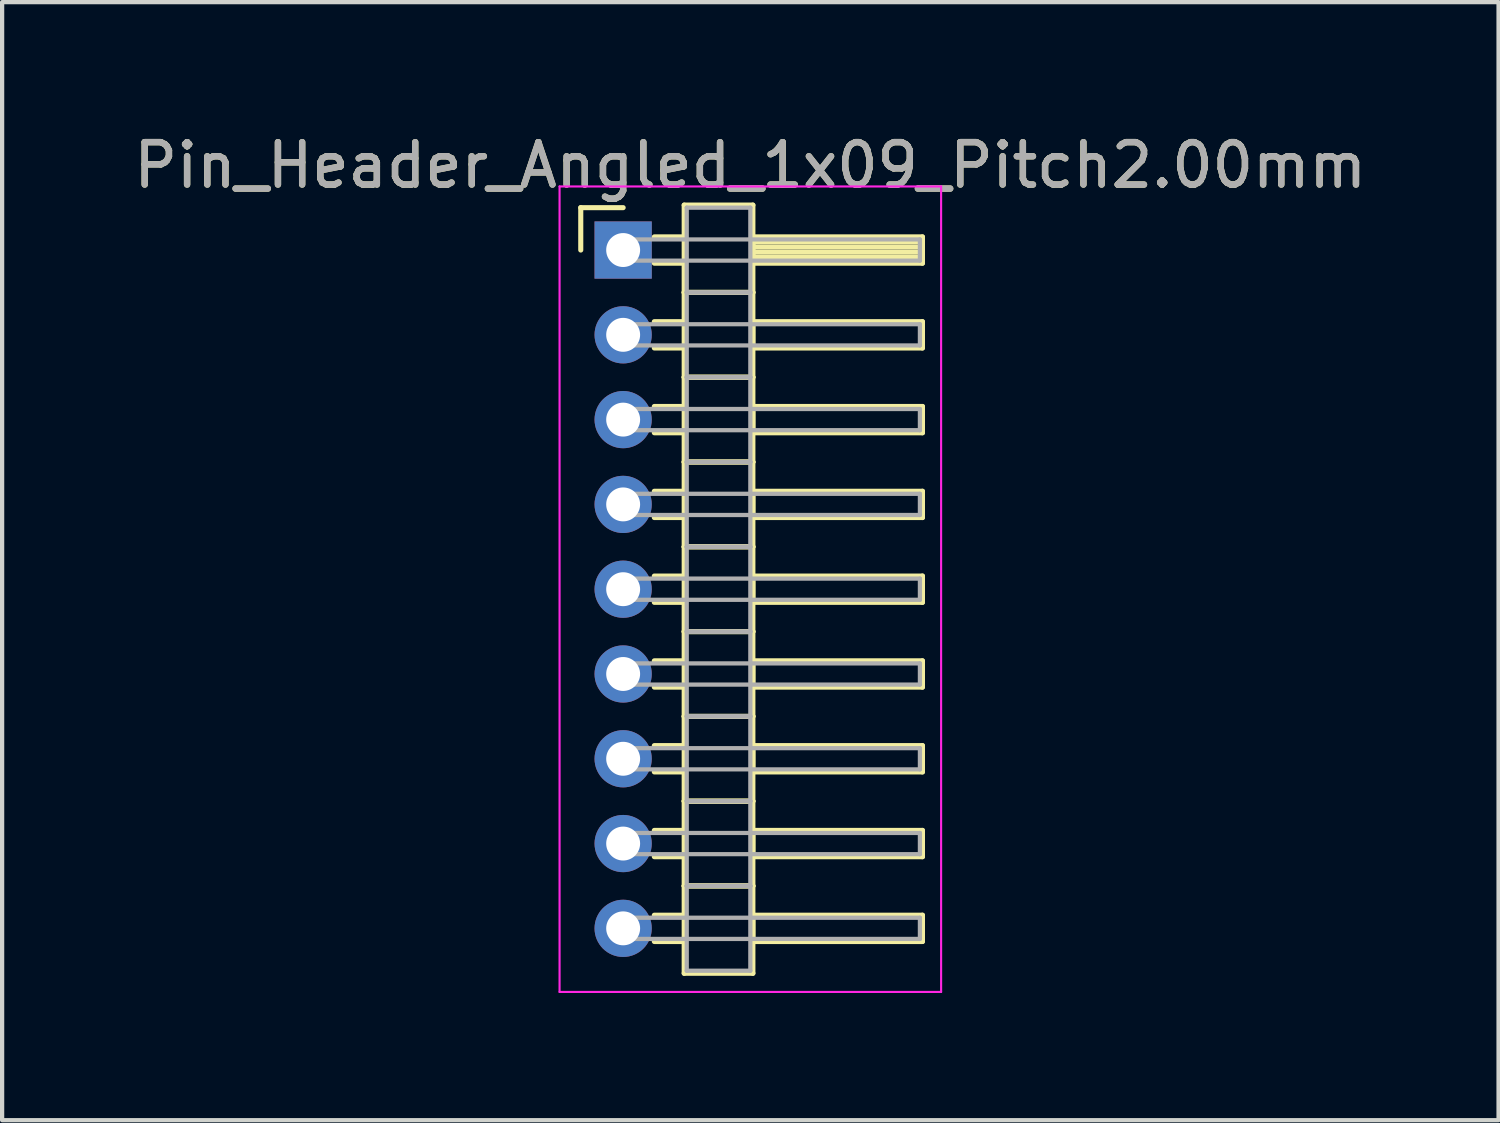
<source format=kicad_pcb>
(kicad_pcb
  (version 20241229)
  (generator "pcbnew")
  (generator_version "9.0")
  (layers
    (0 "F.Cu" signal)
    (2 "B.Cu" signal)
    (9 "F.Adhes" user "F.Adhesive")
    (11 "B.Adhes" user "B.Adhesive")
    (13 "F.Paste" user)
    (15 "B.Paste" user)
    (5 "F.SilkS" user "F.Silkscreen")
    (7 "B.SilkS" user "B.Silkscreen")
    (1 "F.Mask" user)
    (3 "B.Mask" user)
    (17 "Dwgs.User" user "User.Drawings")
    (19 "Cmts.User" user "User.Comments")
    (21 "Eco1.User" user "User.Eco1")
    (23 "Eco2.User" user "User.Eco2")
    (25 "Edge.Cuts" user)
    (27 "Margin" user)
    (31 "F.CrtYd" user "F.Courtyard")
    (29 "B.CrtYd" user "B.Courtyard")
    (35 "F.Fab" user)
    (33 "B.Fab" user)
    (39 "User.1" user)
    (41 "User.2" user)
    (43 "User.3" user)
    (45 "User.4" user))
  (footprint "Pin_Header_Angled_1x09_Pitch2.00mm"
    (layer "F.Cu")
    (at 11.649 2.848)
    (property "Reference" "Pin_Header_Angled_1x09_Pitch2.00mm" (at 3 -2 0) (layer "F.SilkS") (effects (font (size 1 1) (thickness 0.15))))
    (attr through_hole)
    (fp_line (start -1 -1) (end 0 -1) (stroke (width 0.12) (type solid)) (layer "F.SilkS"))
    (fp_line (start -1 0) (end -1 -1) (stroke (width 0.12) (type solid)) (layer "F.SilkS"))
    (fp_line (start 0.735 -0.31) (end 1.44 -0.31) (stroke (width 0.12) (type solid)) (layer "F.SilkS"))
    (fp_line (start 0.735 0.31) (end 1.44 0.31) (stroke (width 0.12) (type solid)) (layer "F.SilkS"))
    (fp_line (start 0.735 1.69) (end 1.44 1.69) (stroke (width 0.12) (type solid)) (layer "F.SilkS"))
    (fp_line (start 0.735 2.31) (end 1.44 2.31) (stroke (width 0.12) (type solid)) (layer "F.SilkS"))
    (fp_line (start 0.735 3.69) (end 1.44 3.69) (stroke (width 0.12) (type solid)) (layer "F.SilkS"))
    (fp_line (start 0.735 4.31) (end 1.44 4.31) (stroke (width 0.12) (type solid)) (layer "F.SilkS"))
    (fp_line (start 0.735 5.69) (end 1.44 5.69) (stroke (width 0.12) (type solid)) (layer "F.SilkS"))
    (fp_line (start 0.735 6.31) (end 1.44 6.31) (stroke (width 0.12) (type solid)) (layer "F.SilkS"))
    (fp_line (start 0.735 7.69) (end 1.44 7.69) (stroke (width 0.12) (type solid)) (layer "F.SilkS"))
    (fp_line (start 0.735 8.31) (end 1.44 8.31) (stroke (width 0.12) (type solid)) (layer "F.SilkS"))
    (fp_line (start 0.735 9.69) (end 1.44 9.69) (stroke (width 0.12) (type solid)) (layer "F.SilkS"))
    (fp_line (start 0.735 10.31) (end 1.44 10.31) (stroke (width 0.12) (type solid)) (layer "F.SilkS"))
    (fp_line (start 0.735 11.69) (end 1.44 11.69) (stroke (width 0.12) (type solid)) (layer "F.SilkS"))
    (fp_line (start 0.735 12.31) (end 1.44 12.31) (stroke (width 0.12) (type solid)) (layer "F.SilkS"))
    (fp_line (start 0.735 13.69) (end 1.44 13.69) (stroke (width 0.12) (type solid)) (layer "F.SilkS"))
    (fp_line (start 0.735 14.31) (end 1.44 14.31) (stroke (width 0.12) (type solid)) (layer "F.SilkS"))
    (fp_line (start 0.735 15.69) (end 1.44 15.69) (stroke (width 0.12) (type solid)) (layer "F.SilkS"))
    (fp_line (start 0.735 16.31) (end 1.44 16.31) (stroke (width 0.12) (type solid)) (layer "F.SilkS"))
    (fp_line (start 1.44 -1.06) (end 1.44 1) (stroke (width 0.12) (type solid)) (layer "F.SilkS"))
    (fp_line (start 1.44 1) (end 1.44 3) (stroke (width 0.12) (type solid)) (layer "F.SilkS"))
    (fp_line (start 1.44 1) (end 3.06 1) (stroke (width 0.12) (type solid)) (layer "F.SilkS"))
    (fp_line (start 1.44 3) (end 1.44 5) (stroke (width 0.12) (type solid)) (layer "F.SilkS"))
    (fp_line (start 1.44 3) (end 3.06 3) (stroke (width 0.12) (type solid)) (layer "F.SilkS"))
    (fp_line (start 1.44 5) (end 1.44 7) (stroke (width 0.12) (type solid)) (layer "F.SilkS"))
    (fp_line (start 1.44 5) (end 3.06 5) (stroke (width 0.12) (type solid)) (layer "F.SilkS"))
    (fp_line (start 1.44 7) (end 1.44 9) (stroke (width 0.12) (type solid)) (layer "F.SilkS"))
    (fp_line (start 1.44 7) (end 3.06 7) (stroke (width 0.12) (type solid)) (layer "F.SilkS"))
    (fp_line (start 1.44 9) (end 1.44 11) (stroke (width 0.12) (type solid)) (layer "F.SilkS"))
    (fp_line (start 1.44 9) (end 3.06 9) (stroke (width 0.12) (type solid)) (layer "F.SilkS"))
    (fp_line (start 1.44 11) (end 1.44 13) (stroke (width 0.12) (type solid)) (layer "F.SilkS"))
    (fp_line (start 1.44 11) (end 3.06 11) (stroke (width 0.12) (type solid)) (layer "F.SilkS"))
    (fp_line (start 1.44 13) (end 1.44 15) (stroke (width 0.12) (type solid)) (layer "F.SilkS"))
    (fp_line (start 1.44 13) (end 3.06 13) (stroke (width 0.12) (type solid)) (layer "F.SilkS"))
    (fp_line (start 1.44 15) (end 1.44 17.06) (stroke (width 0.12) (type solid)) (layer "F.SilkS"))
    (fp_line (start 1.44 15) (end 3.06 15) (stroke (width 0.12) (type solid)) (layer "F.SilkS"))
    (fp_line (start 1.44 17.06) (end 3.06 17.06) (stroke (width 0.12) (type solid)) (layer "F.SilkS"))
    (fp_line (start 3.06 -1.06) (end 1.44 -1.06) (stroke (width 0.12) (type solid)) (layer "F.SilkS"))
    (fp_line (start 3.06 -0.31) (end 3.06 0.31) (stroke (width 0.12) (type solid)) (layer "F.SilkS"))
    (fp_line (start 3.06 -0.19) (end 7.06 -0.19) (stroke (width 0.12) (type solid)) (layer "F.SilkS"))
    (fp_line (start 3.06 -0.07) (end 7.06 -0.07) (stroke (width 0.12) (type solid)) (layer "F.SilkS"))
    (fp_line (start 3.06 0.05) (end 7.06 0.05) (stroke (width 0.12) (type solid)) (layer "F.SilkS"))
    (fp_line (start 3.06 0.17) (end 7.06 0.17) (stroke (width 0.12) (type solid)) (layer "F.SilkS"))
    (fp_line (start 3.06 0.29) (end 7.06 0.29) (stroke (width 0.12) (type solid)) (layer "F.SilkS"))
    (fp_line (start 3.06 0.31) (end 7.06 0.31) (stroke (width 0.12) (type solid)) (layer "F.SilkS"))
    (fp_line (start 3.06 1) (end 1.44 1) (stroke (width 0.12) (type solid)) (layer "F.SilkS"))
    (fp_line (start 3.06 1) (end 3.06 -1.06) (stroke (width 0.12) (type solid)) (layer "F.SilkS"))
    (fp_line (start 3.06 1.69) (end 3.06 2.31) (stroke (width 0.12) (type solid)) (layer "F.SilkS"))
    (fp_line (start 3.06 2.31) (end 7.06 2.31) (stroke (width 0.12) (type solid)) (layer "F.SilkS"))
    (fp_line (start 3.06 3) (end 1.44 3) (stroke (width 0.12) (type solid)) (layer "F.SilkS"))
    (fp_line (start 3.06 3) (end 3.06 1) (stroke (width 0.12) (type solid)) (layer "F.SilkS"))
    (fp_line (start 3.06 3.69) (end 3.06 4.31) (stroke (width 0.12) (type solid)) (layer "F.SilkS"))
    (fp_line (start 3.06 4.31) (end 7.06 4.31) (stroke (width 0.12) (type solid)) (layer "F.SilkS"))
    (fp_line (start 3.06 5) (end 1.44 5) (stroke (width 0.12) (type solid)) (layer "F.SilkS"))
    (fp_line (start 3.06 5) (end 3.06 3) (stroke (width 0.12) (type solid)) (layer "F.SilkS"))
    (fp_line (start 3.06 5.69) (end 3.06 6.31) (stroke (width 0.12) (type solid)) (layer "F.SilkS"))
    (fp_line (start 3.06 6.31) (end 7.06 6.31) (stroke (width 0.12) (type solid)) (layer "F.SilkS"))
    (fp_line (start 3.06 7) (end 1.44 7) (stroke (width 0.12) (type solid)) (layer "F.SilkS"))
    (fp_line (start 3.06 7) (end 3.06 5) (stroke (width 0.12) (type solid)) (layer "F.SilkS"))
    (fp_line (start 3.06 7.69) (end 3.06 8.31) (stroke (width 0.12) (type solid)) (layer "F.SilkS"))
    (fp_line (start 3.06 8.31) (end 7.06 8.31) (stroke (width 0.12) (type solid)) (layer "F.SilkS"))
    (fp_line (start 3.06 9) (end 1.44 9) (stroke (width 0.12) (type solid)) (layer "F.SilkS"))
    (fp_line (start 3.06 9) (end 3.06 7) (stroke (width 0.12) (type solid)) (layer "F.SilkS"))
    (fp_line (start 3.06 9.69) (end 3.06 10.31) (stroke (width 0.12) (type solid)) (layer "F.SilkS"))
    (fp_line (start 3.06 10.31) (end 7.06 10.31) (stroke (width 0.12) (type solid)) (layer "F.SilkS"))
    (fp_line (start 3.06 11) (end 1.44 11) (stroke (width 0.12) (type solid)) (layer "F.SilkS"))
    (fp_line (start 3.06 11) (end 3.06 9) (stroke (width 0.12) (type solid)) (layer "F.SilkS"))
    (fp_line (start 3.06 11.69) (end 3.06 12.31) (stroke (width 0.12) (type solid)) (layer "F.SilkS"))
    (fp_line (start 3.06 12.31) (end 7.06 12.31) (stroke (width 0.12) (type solid)) (layer "F.SilkS"))
    (fp_line (start 3.06 13) (end 1.44 13) (stroke (width 0.12) (type solid)) (layer "F.SilkS"))
    (fp_line (start 3.06 13) (end 3.06 11) (stroke (width 0.12) (type solid)) (layer "F.SilkS"))
    (fp_line (start 3.06 13.69) (end 3.06 14.31) (stroke (width 0.12) (type solid)) (layer "F.SilkS"))
    (fp_line (start 3.06 14.31) (end 7.06 14.31) (stroke (width 0.12) (type solid)) (layer "F.SilkS"))
    (fp_line (start 3.06 15) (end 1.44 15) (stroke (width 0.12) (type solid)) (layer "F.SilkS"))
    (fp_line (start 3.06 15) (end 3.06 13) (stroke (width 0.12) (type solid)) (layer "F.SilkS"))
    (fp_line (start 3.06 15.69) (end 3.06 16.31) (stroke (width 0.12) (type solid)) (layer "F.SilkS"))
    (fp_line (start 3.06 16.31) (end 7.06 16.31) (stroke (width 0.12) (type solid)) (layer "F.SilkS"))
    (fp_line (start 3.06 17.06) (end 3.06 15) (stroke (width 0.12) (type solid)) (layer "F.SilkS"))
    (fp_line (start 7.06 -0.31) (end 3.06 -0.31) (stroke (width 0.12) (type solid)) (layer "F.SilkS"))
    (fp_line (start 7.06 0.31) (end 7.06 -0.31) (stroke (width 0.12) (type solid)) (layer "F.SilkS"))
    (fp_line (start 7.06 1.69) (end 3.06 1.69) (stroke (width 0.12) (type solid)) (layer "F.SilkS"))
    (fp_line (start 7.06 2.31) (end 7.06 1.69) (stroke (width 0.12) (type solid)) (layer "F.SilkS"))
    (fp_line (start 7.06 3.69) (end 3.06 3.69) (stroke (width 0.12) (type solid)) (layer "F.SilkS"))
    (fp_line (start 7.06 4.31) (end 7.06 3.69) (stroke (width 0.12) (type solid)) (layer "F.SilkS"))
    (fp_line (start 7.06 5.69) (end 3.06 5.69) (stroke (width 0.12) (type solid)) (layer "F.SilkS"))
    (fp_line (start 7.06 6.31) (end 7.06 5.69) (stroke (width 0.12) (type solid)) (layer "F.SilkS"))
    (fp_line (start 7.06 7.69) (end 3.06 7.69) (stroke (width 0.12) (type solid)) (layer "F.SilkS"))
    (fp_line (start 7.06 8.31) (end 7.06 7.69) (stroke (width 0.12) (type solid)) (layer "F.SilkS"))
    (fp_line (start 7.06 9.69) (end 3.06 9.69) (stroke (width 0.12) (type solid)) (layer "F.SilkS"))
    (fp_line (start 7.06 10.31) (end 7.06 9.69) (stroke (width 0.12) (type solid)) (layer "F.SilkS"))
    (fp_line (start 7.06 11.69) (end 3.06 11.69) (stroke (width 0.12) (type solid)) (layer "F.SilkS"))
    (fp_line (start 7.06 12.31) (end 7.06 11.69) (stroke (width 0.12) (type solid)) (layer "F.SilkS"))
    (fp_line (start 7.06 13.69) (end 3.06 13.69) (stroke (width 0.12) (type solid)) (layer "F.SilkS"))
    (fp_line (start 7.06 14.31) (end 7.06 13.69) (stroke (width 0.12) (type solid)) (layer "F.SilkS"))
    (fp_line (start 7.06 15.69) (end 3.06 15.69) (stroke (width 0.12) (type solid)) (layer "F.SilkS"))
    (fp_line (start 7.06 16.31) (end 7.06 15.69) (stroke (width 0.12) (type solid)) (layer "F.SilkS"))
    (fp_line (start -1.5 -1.5) (end -1.5 17.5) (stroke (width 0.05) (type solid)) (layer "F.CrtYd"))
    (fp_line (start -1.5 17.5) (end 7.5 17.5) (stroke (width 0.05) (type solid)) (layer "F.CrtYd"))
    (fp_line (start 7.5 -1.5) (end -1.5 -1.5) (stroke (width 0.05) (type solid)) (layer "F.CrtYd"))
    (fp_line (start 7.5 17.5) (end 7.5 -1.5) (stroke (width 0.05) (type solid)) (layer "F.CrtYd"))
    (fp_line (start 0 -0.25) (end 0 0.25) (stroke (width 0.1) (type solid)) (layer "F.Fab"))
    (fp_line (start 0 0.25) (end 7 0.25) (stroke (width 0.1) (type solid)) (layer "F.Fab"))
    (fp_line (start 0 1.75) (end 0 2.25) (stroke (width 0.1) (type solid)) (layer "F.Fab"))
    (fp_line (start 0 2.25) (end 7 2.25) (stroke (width 0.1) (type solid)) (layer "F.Fab"))
    (fp_line (start 0 3.75) (end 0 4.25) (stroke (width 0.1) (type solid)) (layer "F.Fab"))
    (fp_line (start 0 4.25) (end 7 4.25) (stroke (width 0.1) (type solid)) (layer "F.Fab"))
    (fp_line (start 0 5.75) (end 0 6.25) (stroke (width 0.1) (type solid)) (layer "F.Fab"))
    (fp_line (start 0 6.25) (end 7 6.25) (stroke (width 0.1) (type solid)) (layer "F.Fab"))
    (fp_line (start 0 7.75) (end 0 8.25) (stroke (width 0.1) (type solid)) (layer "F.Fab"))
    (fp_line (start 0 8.25) (end 7 8.25) (stroke (width 0.1) (type solid)) (layer "F.Fab"))
    (fp_line (start 0 9.75) (end 0 10.25) (stroke (width 0.1) (type solid)) (layer "F.Fab"))
    (fp_line (start 0 10.25) (end 7 10.25) (stroke (width 0.1) (type solid)) (layer "F.Fab"))
    (fp_line (start 0 11.75) (end 0 12.25) (stroke (width 0.1) (type solid)) (layer "F.Fab"))
    (fp_line (start 0 12.25) (end 7 12.25) (stroke (width 0.1) (type solid)) (layer "F.Fab"))
    (fp_line (start 0 13.75) (end 0 14.25) (stroke (width 0.1) (type solid)) (layer "F.Fab"))
    (fp_line (start 0 14.25) (end 7 14.25) (stroke (width 0.1) (type solid)) (layer "F.Fab"))
    (fp_line (start 0 15.75) (end 0 16.25) (stroke (width 0.1) (type solid)) (layer "F.Fab"))
    (fp_line (start 0 16.25) (end 7 16.25) (stroke (width 0.1) (type solid)) (layer "F.Fab"))
    (fp_line (start 1.5 -1) (end 1.5 1) (stroke (width 0.1) (type solid)) (layer "F.Fab"))
    (fp_line (start 1.5 1) (end 1.5 3) (stroke (width 0.1) (type solid)) (layer "F.Fab"))
    (fp_line (start 1.5 1) (end 3 1) (stroke (width 0.1) (type solid)) (layer "F.Fab"))
    (fp_line (start 1.5 3) (end 1.5 5) (stroke (width 0.1) (type solid)) (layer "F.Fab"))
    (fp_line (start 1.5 3) (end 3 3) (stroke (width 0.1) (type solid)) (layer "F.Fab"))
    (fp_line (start 1.5 5) (end 1.5 7) (stroke (width 0.1) (type solid)) (layer "F.Fab"))
    (fp_line (start 1.5 5) (end 3 5) (stroke (width 0.1) (type solid)) (layer "F.Fab"))
    (fp_line (start 1.5 7) (end 1.5 9) (stroke (width 0.1) (type solid)) (layer "F.Fab"))
    (fp_line (start 1.5 7) (end 3 7) (stroke (width 0.1) (type solid)) (layer "F.Fab"))
    (fp_line (start 1.5 9) (end 1.5 11) (stroke (width 0.1) (type solid)) (layer "F.Fab"))
    (fp_line (start 1.5 9) (end 3 9) (stroke (width 0.1) (type solid)) (layer "F.Fab"))
    (fp_line (start 1.5 11) (end 1.5 13) (stroke (width 0.1) (type solid)) (layer "F.Fab"))
    (fp_line (start 1.5 11) (end 3 11) (stroke (width 0.1) (type solid)) (layer "F.Fab"))
    (fp_line (start 1.5 13) (end 1.5 15) (stroke (width 0.1) (type solid)) (layer "F.Fab"))
    (fp_line (start 1.5 13) (end 3 13) (stroke (width 0.1) (type solid)) (layer "F.Fab"))
    (fp_line (start 1.5 15) (end 1.5 17) (stroke (width 0.1) (type solid)) (layer "F.Fab"))
    (fp_line (start 1.5 15) (end 3 15) (stroke (width 0.1) (type solid)) (layer "F.Fab"))
    (fp_line (start 1.5 17) (end 3 17) (stroke (width 0.1) (type solid)) (layer "F.Fab"))
    (fp_line (start 3 -1) (end 1.5 -1) (stroke (width 0.1) (type solid)) (layer "F.Fab"))
    (fp_line (start 3 1) (end 1.5 1) (stroke (width 0.1) (type solid)) (layer "F.Fab"))
    (fp_line (start 3 1) (end 3 -1) (stroke (width 0.1) (type solid)) (layer "F.Fab"))
    (fp_line (start 3 3) (end 1.5 3) (stroke (width 0.1) (type solid)) (layer "F.Fab"))
    (fp_line (start 3 3) (end 3 1) (stroke (width 0.1) (type solid)) (layer "F.Fab"))
    (fp_line (start 3 5) (end 1.5 5) (stroke (width 0.1) (type solid)) (layer "F.Fab"))
    (fp_line (start 3 5) (end 3 3) (stroke (width 0.1) (type solid)) (layer "F.Fab"))
    (fp_line (start 3 7) (end 1.5 7) (stroke (width 0.1) (type solid)) (layer "F.Fab"))
    (fp_line (start 3 7) (end 3 5) (stroke (width 0.1) (type solid)) (layer "F.Fab"))
    (fp_line (start 3 9) (end 1.5 9) (stroke (width 0.1) (type solid)) (layer "F.Fab"))
    (fp_line (start 3 9) (end 3 7) (stroke (width 0.1) (type solid)) (layer "F.Fab"))
    (fp_line (start 3 11) (end 1.5 11) (stroke (width 0.1) (type solid)) (layer "F.Fab"))
    (fp_line (start 3 11) (end 3 9) (stroke (width 0.1) (type solid)) (layer "F.Fab"))
    (fp_line (start 3 13) (end 1.5 13) (stroke (width 0.1) (type solid)) (layer "F.Fab"))
    (fp_line (start 3 13) (end 3 11) (stroke (width 0.1) (type solid)) (layer "F.Fab"))
    (fp_line (start 3 15) (end 1.5 15) (stroke (width 0.1) (type solid)) (layer "F.Fab"))
    (fp_line (start 3 15) (end 3 13) (stroke (width 0.1) (type solid)) (layer "F.Fab"))
    (fp_line (start 3 17) (end 3 15) (stroke (width 0.1) (type solid)) (layer "F.Fab"))
    (fp_line (start 7 -0.25) (end 0 -0.25) (stroke (width 0.1) (type solid)) (layer "F.Fab"))
    (fp_line (start 7 0.25) (end 7 -0.25) (stroke (width 0.1) (type solid)) (layer "F.Fab"))
    (fp_line (start 7 1.75) (end 0 1.75) (stroke (width 0.1) (type solid)) (layer "F.Fab"))
    (fp_line (start 7 2.25) (end 7 1.75) (stroke (width 0.1) (type solid)) (layer "F.Fab"))
    (fp_line (start 7 3.75) (end 0 3.75) (stroke (width 0.1) (type solid)) (layer "F.Fab"))
    (fp_line (start 7 4.25) (end 7 3.75) (stroke (width 0.1) (type solid)) (layer "F.Fab"))
    (fp_line (start 7 5.75) (end 0 5.75) (stroke (width 0.1) (type solid)) (layer "F.Fab"))
    (fp_line (start 7 6.25) (end 7 5.75) (stroke (width 0.1) (type solid)) (layer "F.Fab"))
    (fp_line (start 7 7.75) (end 0 7.75) (stroke (width 0.1) (type solid)) (layer "F.Fab"))
    (fp_line (start 7 8.25) (end 7 7.75) (stroke (width 0.1) (type solid)) (layer "F.Fab"))
    (fp_line (start 7 9.75) (end 0 9.75) (stroke (width 0.1) (type solid)) (layer "F.Fab"))
    (fp_line (start 7 10.25) (end 7 9.75) (stroke (width 0.1) (type solid)) (layer "F.Fab"))
    (fp_line (start 7 11.75) (end 0 11.75) (stroke (width 0.1) (type solid)) (layer "F.Fab"))
    (fp_line (start 7 12.25) (end 7 11.75) (stroke (width 0.1) (type solid)) (layer "F.Fab"))
    (fp_line (start 7 13.75) (end 0 13.75) (stroke (width 0.1) (type solid)) (layer "F.Fab"))
    (fp_line (start 7 14.25) (end 7 13.75) (stroke (width 0.1) (type solid)) (layer "F.Fab"))
    (fp_line (start 7 15.75) (end 0 15.75) (stroke (width 0.1) (type solid)) (layer "F.Fab"))
    (fp_line (start 7 16.25) (end 7 15.75) (stroke (width 0.1) (type solid)) (layer "F.Fab"))
    (fp_text user "${REFERENCE}" (at 3 -2 0) (layer "F.Fab") (effects (font (size 1 1) (thickness 0.15))))
    (pad "1" thru_hole rect (at 0 0) (size 1.35 1.35) (drill 0.8) (layers "*.Cu" "*.Mask"))
    (pad "2" thru_hole oval (at 0 2) (size 1.35 1.35) (drill 0.8) (layers "*.Cu" "*.Mask"))
    (pad "3" thru_hole oval (at 0 4) (size 1.35 1.35) (drill 0.8) (layers "*.Cu" "*.Mask"))
    (pad "4" thru_hole oval (at 0 6) (size 1.35 1.35) (drill 0.8) (layers "*.Cu" "*.Mask"))
    (pad "5" thru_hole oval (at 0 8) (size 1.35 1.35) (drill 0.8) (layers "*.Cu" "*.Mask"))
    (pad "6" thru_hole oval (at 0 10) (size 1.35 1.35) (drill 0.8) (layers "*.Cu" "*.Mask"))
    (pad "7" thru_hole oval (at 0 12) (size 1.35 1.35) (drill 0.8) (layers "*.Cu" "*.Mask"))
    (pad "8" thru_hole oval (at 0 14) (size 1.35 1.35) (drill 0.8) (layers "*.Cu" "*.Mask"))
    (pad "9" thru_hole oval (at 0 16) (size 1.35 1.35) (drill 0.8) (layers "*.Cu" "*.Mask")))
  (gr_rect
    (start -3 -3)
    (end 32.298 23.373)
    (stroke (width 0.1) (type default))
    (fill no)
    (layer "Edge.Cuts")))
</source>
